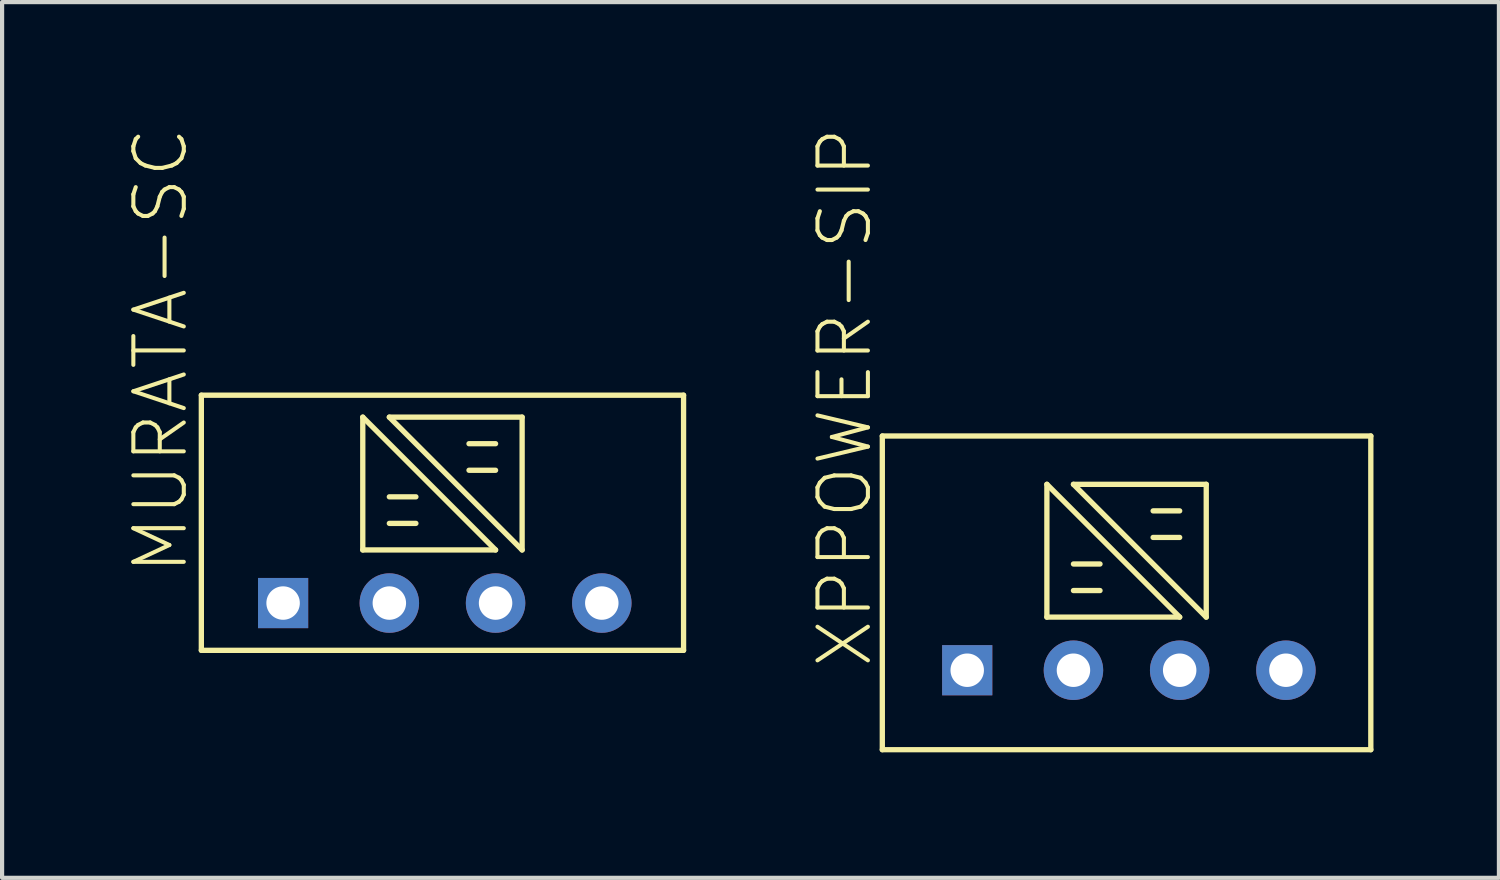
<source format=kicad_pcb>
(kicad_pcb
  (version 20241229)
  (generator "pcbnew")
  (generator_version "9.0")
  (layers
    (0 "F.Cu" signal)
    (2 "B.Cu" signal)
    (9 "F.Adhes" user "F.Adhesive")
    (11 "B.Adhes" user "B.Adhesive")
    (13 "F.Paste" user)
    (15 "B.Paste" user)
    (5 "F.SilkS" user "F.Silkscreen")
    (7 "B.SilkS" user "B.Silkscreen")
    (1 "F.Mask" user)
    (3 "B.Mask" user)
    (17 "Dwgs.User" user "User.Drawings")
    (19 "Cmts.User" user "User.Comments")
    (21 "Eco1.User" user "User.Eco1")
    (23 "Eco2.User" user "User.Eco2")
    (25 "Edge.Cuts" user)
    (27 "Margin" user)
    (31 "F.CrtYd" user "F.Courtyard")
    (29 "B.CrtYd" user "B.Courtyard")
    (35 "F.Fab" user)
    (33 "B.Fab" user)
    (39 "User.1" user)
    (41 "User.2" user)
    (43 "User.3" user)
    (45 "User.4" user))
  (footprint "MURATA-SC"
    (layer "F.Cu")
    (at 7.529 11.369)
    (property "Reference" "MURATA-SC" (at -6.032 -0.635 270) (layer "F.SilkS") (effects (font (size 1.206 1.206) (thickness 0.097)) (justify left bottom)))
    (attr through_hole)
    (fp_line (start -5.765 -4.97) (end -5.765 1.13) (stroke (width 0.127) (type solid)) (layer "F.SilkS"))
    (fp_line (start -5.765 1.13) (end 5.765 1.13) (stroke (width 0.127) (type solid)) (layer "F.SilkS"))
    (fp_line (start -1.905 -4.445) (end -1.905 -1.27) (stroke (width 0.127) (type solid)) (layer "F.SilkS"))
    (fp_line (start -1.905 -1.27) (end 1.27 -1.27) (stroke (width 0.127) (type solid)) (layer "F.SilkS"))
    (fp_line (start -1.27 -4.445) (end 1.905 -1.27) (stroke (width 0.127) (type solid)) (layer "F.SilkS"))
    (fp_line (start -1.27 -2.54) (end -0.635 -2.54) (stroke (width 0.127) (type solid)) (layer "F.SilkS"))
    (fp_line (start -1.27 -1.905) (end -0.635 -1.905) (stroke (width 0.127) (type solid)) (layer "F.SilkS"))
    (fp_line (start 0.635 -3.81) (end 1.27 -3.81) (stroke (width 0.127) (type solid)) (layer "F.SilkS"))
    (fp_line (start 0.635 -3.175) (end 1.27 -3.175) (stroke (width 0.127) (type solid)) (layer "F.SilkS"))
    (fp_line (start 1.27 -1.27) (end -1.905 -4.445) (stroke (width 0.127) (type solid)) (layer "F.SilkS"))
    (fp_line (start 1.905 -4.445) (end -1.27 -4.445) (stroke (width 0.127) (type solid)) (layer "F.SilkS"))
    (fp_line (start 1.905 -1.27) (end 1.905 -4.445) (stroke (width 0.127) (type solid)) (layer "F.SilkS"))
    (fp_line (start 5.765 -4.97) (end -5.765 -4.97) (stroke (width 0.127) (type solid)) (layer "F.SilkS"))
    (fp_line (start 5.765 1.13) (end 5.765 -4.97) (stroke (width 0.127) (type solid)) (layer "F.SilkS"))
    (pad "1" thru_hole rect (at -3.81 0) (size 1.2 1.2) (drill 0.8) (layers "*.Cu" "*.Mask"))
    (pad "2" thru_hole circle (at -1.27 0 90) (size 1.422 1.422) (drill 0.8) (layers "*.Cu" "*.Mask"))
    (pad "3" thru_hole circle (at 1.27 0 90) (size 1.422 1.422) (drill 0.8) (layers "*.Cu" "*.Mask"))
    (pad "4" thru_hole circle (at 3.81 0 90) (size 1.422 1.422) (drill 0.8) (layers "*.Cu" "*.Mask")))
  (footprint "XPPOWER-SIP"
    (layer "F.Cu")
    (at 23.886 12.975)
    (property "Reference" "XPPOWER-SIP" (at -6.032 0 270) (layer "F.SilkS") (effects (font (size 1.206 1.206) (thickness 0.097)) (justify left bottom)))
    (attr through_hole)
    (fp_line (start -5.84 -5.6) (end -5.84 1.9) (stroke (width 0.127) (type solid)) (layer "F.SilkS"))
    (fp_line (start -5.84 1.9) (end 5.84 1.9) (stroke (width 0.127) (type solid)) (layer "F.SilkS"))
    (fp_line (start -1.905 -4.445) (end -1.905 -1.27) (stroke (width 0.127) (type solid)) (layer "F.SilkS"))
    (fp_line (start -1.905 -1.27) (end 1.27 -1.27) (stroke (width 0.127) (type solid)) (layer "F.SilkS"))
    (fp_line (start -1.27 -4.445) (end 1.905 -1.27) (stroke (width 0.127) (type solid)) (layer "F.SilkS"))
    (fp_line (start -1.27 -2.54) (end -0.635 -2.54) (stroke (width 0.127) (type solid)) (layer "F.SilkS"))
    (fp_line (start -1.27 -1.905) (end -0.635 -1.905) (stroke (width 0.127) (type solid)) (layer "F.SilkS"))
    (fp_line (start 0.635 -3.81) (end 1.27 -3.81) (stroke (width 0.127) (type solid)) (layer "F.SilkS"))
    (fp_line (start 0.635 -3.175) (end 1.27 -3.175) (stroke (width 0.127) (type solid)) (layer "F.SilkS"))
    (fp_line (start 1.27 -1.27) (end -1.905 -4.445) (stroke (width 0.127) (type solid)) (layer "F.SilkS"))
    (fp_line (start 1.905 -4.445) (end -1.27 -4.445) (stroke (width 0.127) (type solid)) (layer "F.SilkS"))
    (fp_line (start 1.905 -1.27) (end 1.905 -4.445) (stroke (width 0.127) (type solid)) (layer "F.SilkS"))
    (fp_line (start 5.84 -5.6) (end -5.84 -5.6) (stroke (width 0.127) (type solid)) (layer "F.SilkS"))
    (fp_line (start 5.84 1.9) (end 5.84 -5.6) (stroke (width 0.127) (type solid)) (layer "F.SilkS"))
    (pad "1" thru_hole rect (at -3.81 0) (size 1.2 1.2) (drill 0.8) (layers "*.Cu" "*.Mask"))
    (pad "2" thru_hole circle (at -1.27 0 90) (size 1.422 1.422) (drill 0.8) (layers "*.Cu" "*.Mask"))
    (pad "3" thru_hole circle (at 1.27 0 90) (size 1.422 1.422) (drill 0.8) (layers "*.Cu" "*.Mask"))
    (pad "4" thru_hole circle (at 3.81 0 90) (size 1.422 1.422) (drill 0.8) (layers "*.Cu" "*.Mask")))
  (gr_rect
    (start -3 -3)
    (end 32.789 17.939)
    (stroke (width 0.1) (type default))
    (fill no)
    (layer "Edge.Cuts")))
</source>
